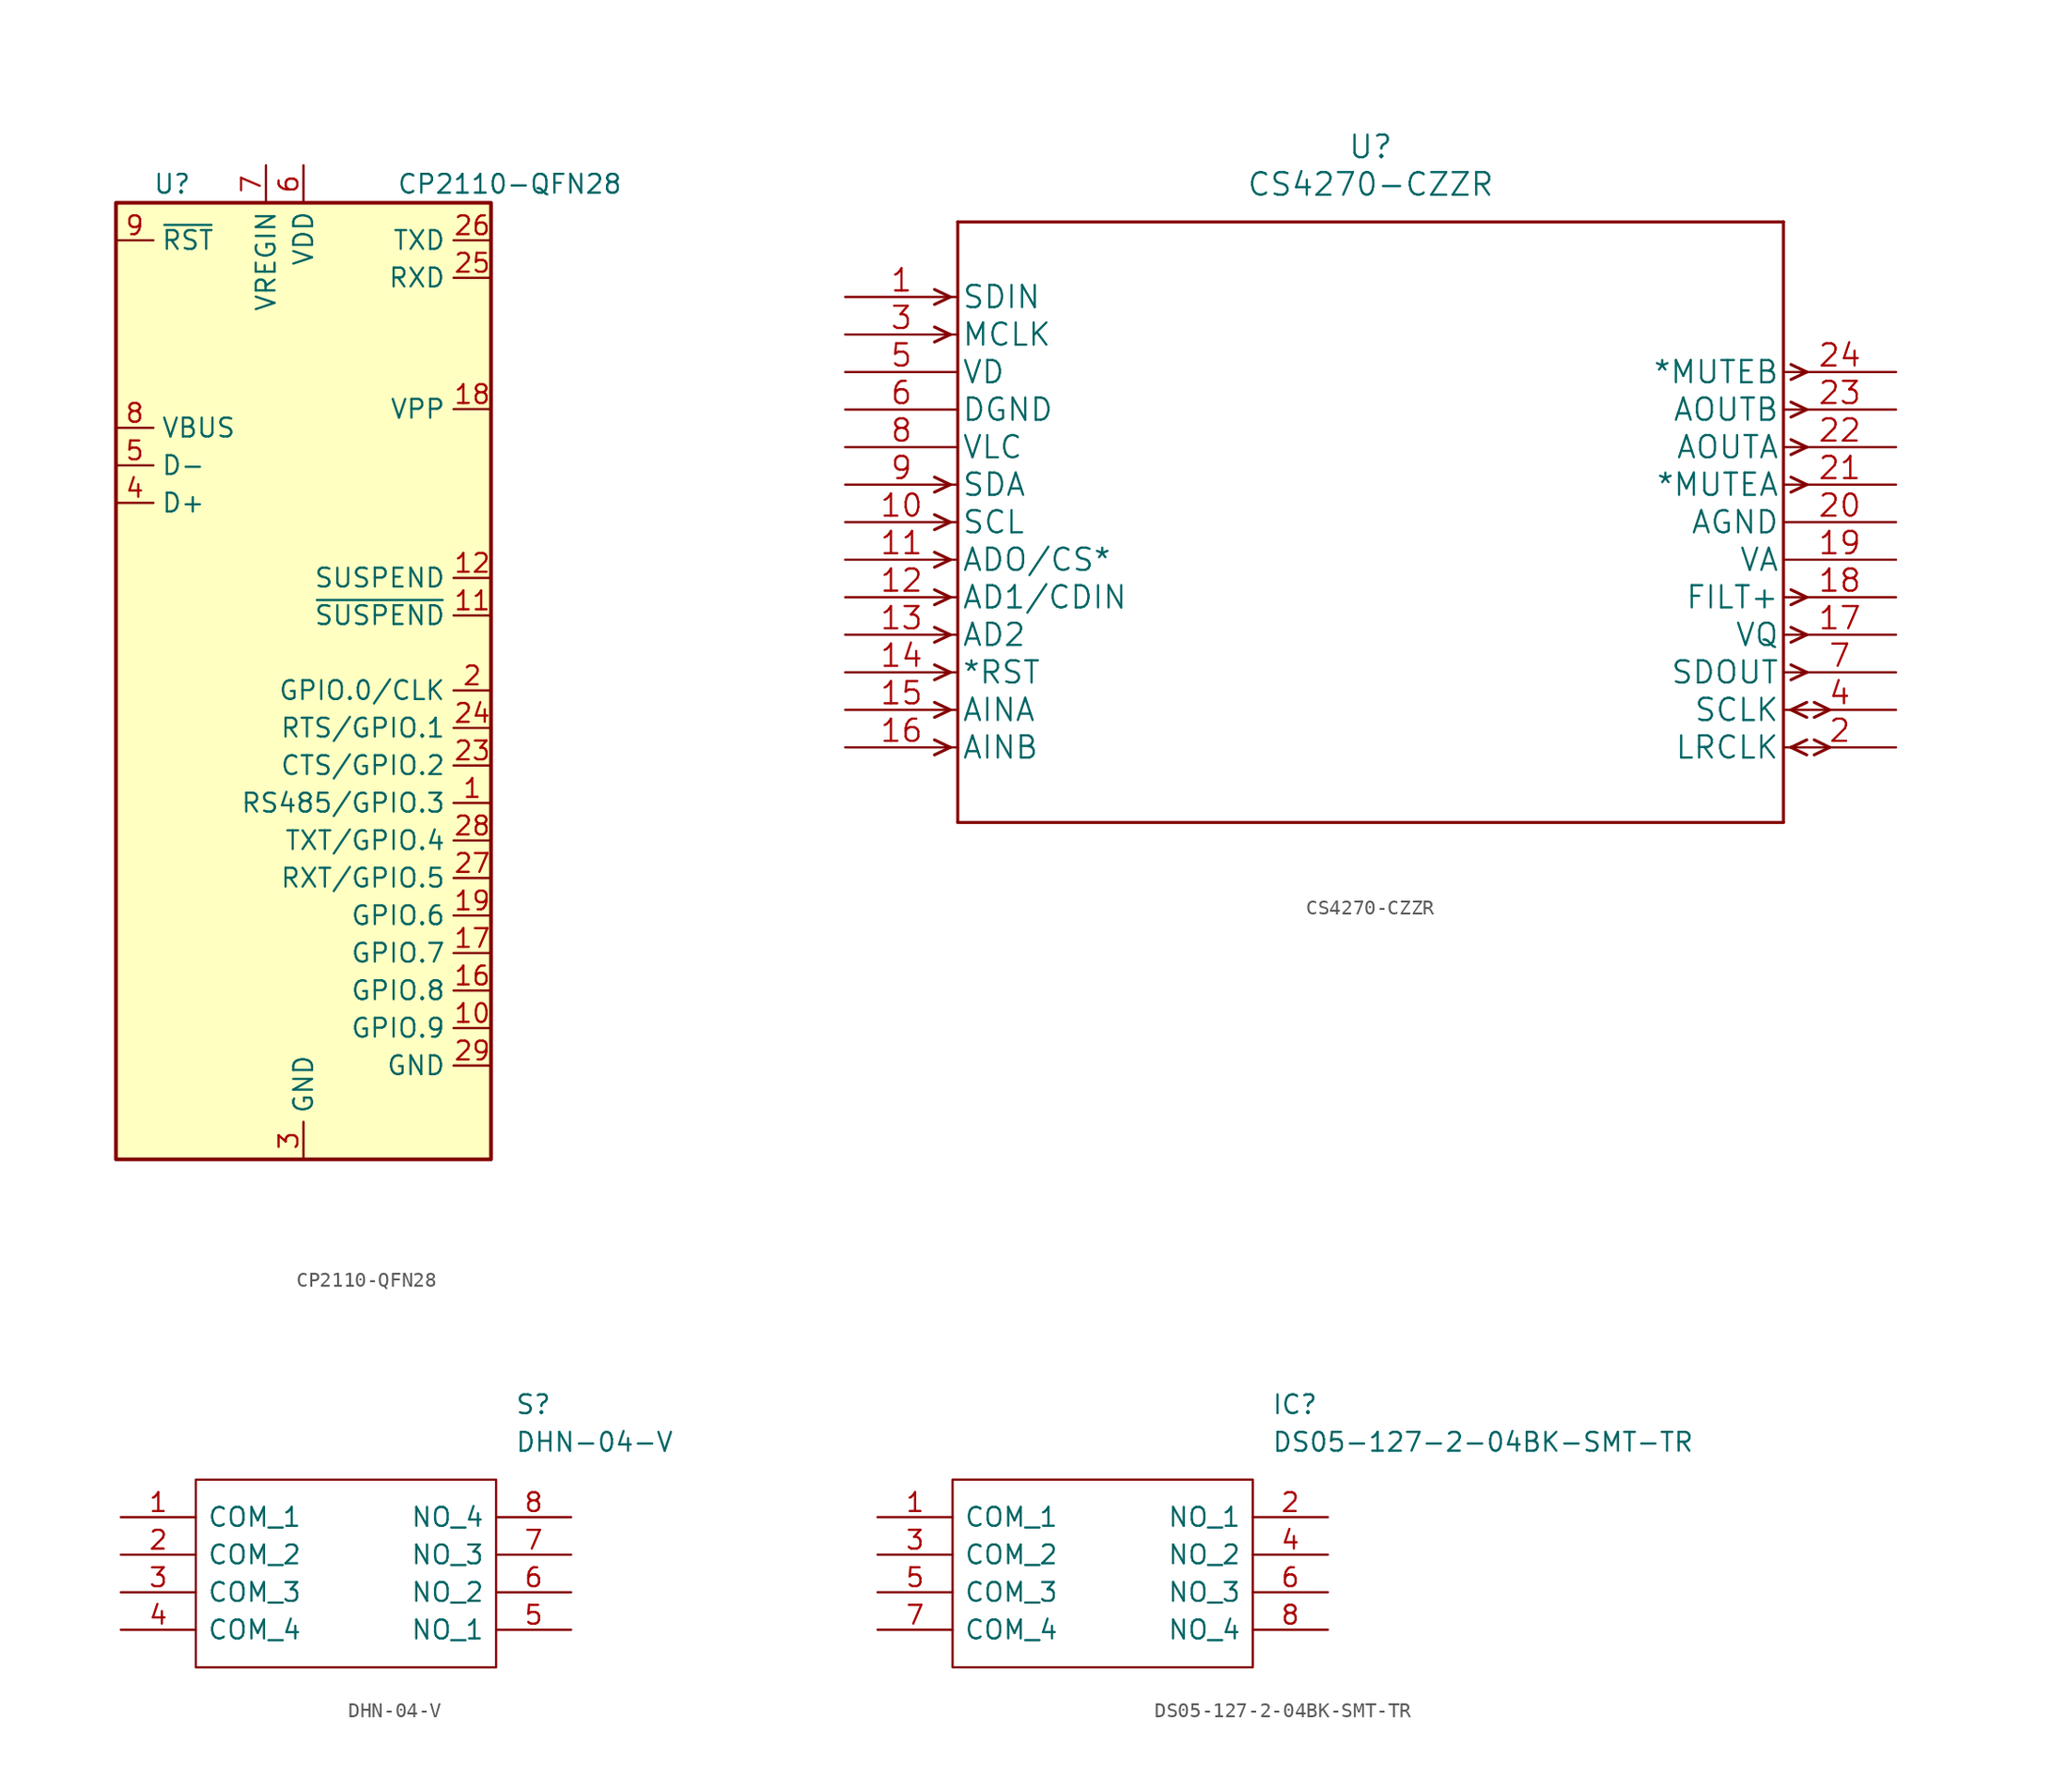
<source format=kicad_sym>
(kicad_symbol_lib
  (version 20211014)
  (generator kicad_symbol_editor)
  (symbol "CP2110-QFN28"
    (property "Reference" "U"
      (at -8.89 39.37 0)
      (effects (font (size 1.27 1.27))))
    (property "Value" "CP2110-QFN28"
      (at 13.97 39.37 0)
      (effects (font (size 1.27 1.27))))
    (symbol "CP2110-QFN28_0_1"
      (rectangle (start -12.7 38.1) (end 12.7 -26.67) (stroke (width 0.254) (type default) (color 0 0 0 0)) (fill (type background))))
    (symbol "CP2110-QFN28_1_1"
      (pin bidirectional line (at 12.7 -2.54 180) (length 2.54) (name "RS485/GPIO.3" (effects (font (size 1.27 1.27)))) (number "1" (effects (font (size 1.27 1.27)))))
      (pin bidirectional line (at 12.7 -17.78 180) (length 2.54) (name "GPIO.9" (effects (font (size 1.27 1.27)))) (number "10" (effects (font (size 1.27 1.27)))))
      (pin output line (at 12.7 10.16 180) (length 2.54) (name "~{SUSPEND}" (effects (font (size 1.27 1.27)))) (number "11" (effects (font (size 1.27 1.27)))))
      (pin output line (at 12.7 12.7 180) (length 2.54) (name "SUSPEND" (effects (font (size 1.27 1.27)))) (number "12" (effects (font (size 1.27 1.27)))))
      (pin no_connect line (at -12.7 -10.16 0) (length 2.54) hide (name "NC" (effects (font (size 1.27 1.27)))) (number "13" (effects (font (size 1.27 1.27)))))
      (pin no_connect line (at -12.7 -12.7 0) (length 2.54) hide (name "NC" (effects (font (size 1.27 1.27)))) (number "14" (effects (font (size 1.27 1.27)))))
      (pin no_connect line (at -12.7 -15.24 0) (length 2.54) hide (name "NC" (effects (font (size 1.27 1.27)))) (number "15" (effects (font (size 1.27 1.27)))))
      (pin bidirectional line (at 12.7 -15.24 180) (length 2.54) (name "GPIO.8" (effects (font (size 1.27 1.27)))) (number "16" (effects (font (size 1.27 1.27)))))
      (pin bidirectional line (at 12.7 -12.7 180) (length 2.54) (name "GPIO.7" (effects (font (size 1.27 1.27)))) (number "17" (effects (font (size 1.27 1.27)))))
      (pin passive line (at 12.7 24.13 180) (length 2.54) (name "VPP" (effects (font (size 1.27 1.27)))) (number "18" (effects (font (size 1.27 1.27)))))
      (pin bidirectional line (at 12.7 -10.16 180) (length 2.54) (name "GPIO.6" (effects (font (size 1.27 1.27)))) (number "19" (effects (font (size 1.27 1.27)))))
      (pin bidirectional line (at 12.7 5.08 180) (length 2.54) (name "GPIO.0/CLK" (effects (font (size 1.27 1.27)))) (number "2" (effects (font (size 1.27 1.27)))))
      (pin no_connect line (at -12.7 -17.78 0) (length 2.54) hide (name "NC" (effects (font (size 1.27 1.27)))) (number "20" (effects (font (size 1.27 1.27)))))
      (pin no_connect line (at -12.7 -20.32 0) (length 2.54) hide (name "NC" (effects (font (size 1.27 1.27)))) (number "21" (effects (font (size 1.27 1.27)))))
      (pin no_connect line (at -12.7 -22.86 0) (length 2.54) hide (name "NC" (effects (font (size 1.27 1.27)))) (number "22" (effects (font (size 1.27 1.27)))))
      (pin bidirectional line (at 12.7 0 180) (length 2.54) (name "CTS/GPIO.2" (effects (font (size 1.27 1.27)))) (number "23" (effects (font (size 1.27 1.27)))))
      (pin bidirectional line (at 12.7 2.54 180) (length 2.54) (name "RTS/GPIO.1" (effects (font (size 1.27 1.27)))) (number "24" (effects (font (size 1.27 1.27)))))
      (pin input line (at 12.7 33.02 180) (length 2.54) (name "RXD" (effects (font (size 1.27 1.27)))) (number "25" (effects (font (size 1.27 1.27)))))
      (pin output line (at 12.7 35.56 180) (length 2.54) (name "TXD" (effects (font (size 1.27 1.27)))) (number "26" (effects (font (size 1.27 1.27)))))
      (pin bidirectional line (at 12.7 -7.62 180) (length 2.54) (name "RXT/GPIO.5" (effects (font (size 1.27 1.27)))) (number "27" (effects (font (size 1.27 1.27)))))
      (pin bidirectional line (at 12.7 -5.08 180) (length 2.54) (name "TXT/GPIO.4" (effects (font (size 1.27 1.27)))) (number "28" (effects (font (size 1.27 1.27)))))
      (pin power_in line (at 12.7 -20.32 180) (length 2.54) (name "GND" (effects (font (size 1.27 1.27)))) (number "29" (effects (font (size 1.27 1.27)))))
      (pin power_in line (at 0 -26.67 90) (length 2.54) (name "GND" (effects (font (size 1.27 1.27)))) (number "3" (effects (font (size 1.27 1.27)))))
      (pin bidirectional line (at -12.7 17.78 0) (length 2.54) (name "D+" (effects (font (size 1.27 1.27)))) (number "4" (effects (font (size 1.27 1.27)))))
      (pin bidirectional line (at -12.7 20.32 0) (length 2.54) (name "D-" (effects (font (size 1.27 1.27)))) (number "5" (effects (font (size 1.27 1.27)))))
      (pin power_in line (at 0 40.64 270) (length 2.54) (name "VDD" (effects (font (size 1.27 1.27)))) (number "6" (effects (font (size 1.27 1.27)))))
      (pin power_in line (at -2.54 40.64 270) (length 2.54) (name "VREGIN" (effects (font (size 1.27 1.27)))) (number "7" (effects (font (size 1.27 1.27)))))
      (pin input line (at -12.7 22.86 0) (length 2.54) (name "VBUS" (effects (font (size 1.27 1.27)))) (number "8" (effects (font (size 1.27 1.27)))))
      (pin input line (at -12.7 35.56 0) (length 2.54) (name "~{RST}" (effects (font (size 1.27 1.27)))) (number "9" (effects (font (size 1.27 1.27)))))))
  (symbol "CS4270-CZZR"
    (pin_names
      (offset 0.254))
    (property "Reference" "U"
      (at 35.56 10.16 0)
      (effects (font (size 1.524 1.524))))
    (property "Value" "CS4270-CZZR"
      (at 35.56 7.62 0)
      (effects (font (size 1.524 1.524))))
    (property "Datasheet" ""
      (at 0 0 0)
      (effects (font (size 1.524 1.524))))
    (symbol "CS4270-CZZR_1_1"
      (polyline (pts (xy 7.112 -30.48) (xy 6.045 -30.988)) (stroke (width 0.203) (type default) (color 0 0 0 0)) (fill (type none)))
      (polyline (pts (xy 7.112 -30.48) (xy 6.045 -29.972)) (stroke (width 0.203) (type default) (color 0 0 0 0)) (fill (type none)))
      (polyline (pts (xy 7.112 -27.94) (xy 6.045 -28.448)) (stroke (width 0.203) (type default) (color 0 0 0 0)) (fill (type none)))
      (polyline (pts (xy 7.112 -27.94) (xy 6.045 -27.432)) (stroke (width 0.203) (type default) (color 0 0 0 0)) (fill (type none)))
      (polyline (pts (xy 7.112 -25.4) (xy 6.045 -25.908)) (stroke (width 0.203) (type default) (color 0 0 0 0)) (fill (type none)))
      (polyline (pts (xy 7.112 -25.4) (xy 6.045 -24.892)) (stroke (width 0.203) (type default) (color 0 0 0 0)) (fill (type none)))
      (polyline (pts (xy 7.112 -22.86) (xy 6.045 -23.368)) (stroke (width 0.203) (type default) (color 0 0 0 0)) (fill (type none)))
      (polyline (pts (xy 7.112 -22.86) (xy 6.045 -22.352)) (stroke (width 0.203) (type default) (color 0 0 0 0)) (fill (type none)))
      (polyline (pts (xy 7.112 -20.32) (xy 6.045 -20.828)) (stroke (width 0.203) (type default) (color 0 0 0 0)) (fill (type none)))
      (polyline (pts (xy 7.112 -20.32) (xy 6.045 -19.812)) (stroke (width 0.203) (type default) (color 0 0 0 0)) (fill (type none)))
      (polyline (pts (xy 7.112 -17.78) (xy 6.045 -18.288)) (stroke (width 0.203) (type default) (color 0 0 0 0)) (fill (type none)))
      (polyline (pts (xy 7.112 -17.78) (xy 6.045 -17.272)) (stroke (width 0.203) (type default) (color 0 0 0 0)) (fill (type none)))
      (polyline (pts (xy 7.112 -15.24) (xy 6.045 -15.748)) (stroke (width 0.203) (type default) (color 0 0 0 0)) (fill (type none)))
      (polyline (pts (xy 7.112 -15.24) (xy 6.045 -14.732)) (stroke (width 0.203) (type default) (color 0 0 0 0)) (fill (type none)))
      (polyline (pts (xy 7.112 -12.7) (xy 6.045 -13.208)) (stroke (width 0.203) (type default) (color 0 0 0 0)) (fill (type none)))
      (polyline (pts (xy 7.112 -12.7) (xy 6.045 -12.192)) (stroke (width 0.203) (type default) (color 0 0 0 0)) (fill (type none)))
      (polyline (pts (xy 7.112 -2.54) (xy 6.045 -3.048)) (stroke (width 0.203) (type default) (color 0 0 0 0)) (fill (type none)))
      (polyline (pts (xy 7.112 -2.54) (xy 6.045 -2.032)) (stroke (width 0.203) (type default) (color 0 0 0 0)) (fill (type none)))
      (polyline (pts (xy 7.112 0) (xy 6.045 -0.508)) (stroke (width 0.203) (type default) (color 0 0 0 0)) (fill (type none)))
      (polyline (pts (xy 7.112 0) (xy 6.045 0.508)) (stroke (width 0.203) (type default) (color 0 0 0 0)) (fill (type none)))
      (polyline (pts (xy 7.62 -35.56) (xy 63.5 -35.56)) (stroke (width 0.203) (type default) (color 0 0 0 0)) (fill (type none)))
      (polyline (pts (xy 7.62 5.08) (xy 7.62 -35.56)) (stroke (width 0.203) (type default) (color 0 0 0 0)) (fill (type none)))
      (polyline (pts (xy 63.5 -35.56) (xy 63.5 5.08)) (stroke (width 0.203) (type default) (color 0 0 0 0)) (fill (type none)))
      (polyline (pts (xy 63.5 5.08) (xy 7.62 5.08)) (stroke (width 0.203) (type default) (color 0 0 0 0)) (fill (type none)))
      (polyline (pts (xy 64.008 -30.48) (xy 65.075 -30.988)) (stroke (width 0.203) (type default) (color 0 0 0 0)) (fill (type none)))
      (polyline (pts (xy 64.008 -30.48) (xy 65.075 -29.972)) (stroke (width 0.203) (type default) (color 0 0 0 0)) (fill (type none)))
      (polyline (pts (xy 64.008 -27.94) (xy 65.075 -28.448)) (stroke (width 0.203) (type default) (color 0 0 0 0)) (fill (type none)))
      (polyline (pts (xy 64.008 -27.94) (xy 65.075 -27.432)) (stroke (width 0.203) (type default) (color 0 0 0 0)) (fill (type none)))
      (polyline (pts (xy 64.008 -25.908) (xy 65.075 -25.4)) (stroke (width 0.203) (type default) (color 0 0 0 0)) (fill (type none)))
      (polyline (pts (xy 64.008 -24.892) (xy 65.075 -25.4)) (stroke (width 0.203) (type default) (color 0 0 0 0)) (fill (type none)))
      (polyline (pts (xy 64.008 -23.368) (xy 65.075 -22.86)) (stroke (width 0.203) (type default) (color 0 0 0 0)) (fill (type none)))
      (polyline (pts (xy 64.008 -22.352) (xy 65.075 -22.86)) (stroke (width 0.203) (type default) (color 0 0 0 0)) (fill (type none)))
      (polyline (pts (xy 64.008 -20.828) (xy 65.075 -20.32)) (stroke (width 0.203) (type default) (color 0 0 0 0)) (fill (type none)))
      (polyline (pts (xy 64.008 -19.812) (xy 65.075 -20.32)) (stroke (width 0.203) (type default) (color 0 0 0 0)) (fill (type none)))
      (polyline (pts (xy 64.008 -13.208) (xy 65.075 -12.7)) (stroke (width 0.203) (type default) (color 0 0 0 0)) (fill (type none)))
      (polyline (pts (xy 64.008 -12.192) (xy 65.075 -12.7)) (stroke (width 0.203) (type default) (color 0 0 0 0)) (fill (type none)))
      (polyline (pts (xy 64.008 -10.668) (xy 65.075 -10.16)) (stroke (width 0.203) (type default) (color 0 0 0 0)) (fill (type none)))
      (polyline (pts (xy 64.008 -9.652) (xy 65.075 -10.16)) (stroke (width 0.203) (type default) (color 0 0 0 0)) (fill (type none)))
      (polyline (pts (xy 64.008 -8.128) (xy 65.075 -7.62)) (stroke (width 0.203) (type default) (color 0 0 0 0)) (fill (type none)))
      (polyline (pts (xy 64.008 -7.112) (xy 65.075 -7.62)) (stroke (width 0.203) (type default) (color 0 0 0 0)) (fill (type none)))
      (polyline (pts (xy 64.008 -5.588) (xy 65.075 -5.08)) (stroke (width 0.203) (type default) (color 0 0 0 0)) (fill (type none)))
      (polyline (pts (xy 64.008 -4.572) (xy 65.075 -5.08)) (stroke (width 0.203) (type default) (color 0 0 0 0)) (fill (type none)))
      (polyline (pts (xy 65.583 -30.988) (xy 66.624 -30.48)) (stroke (width 0.203) (type default) (color 0 0 0 0)) (fill (type none)))
      (polyline (pts (xy 65.583 -29.972) (xy 66.624 -30.48)) (stroke (width 0.203) (type default) (color 0 0 0 0)) (fill (type none)))
      (polyline (pts (xy 65.583 -28.448) (xy 66.624 -27.94)) (stroke (width 0.203) (type default) (color 0 0 0 0)) (fill (type none)))
      (polyline (pts (xy 65.583 -27.432) (xy 66.624 -27.94)) (stroke (width 0.203) (type default) (color 0 0 0 0)) (fill (type none)))
      (pin input line (at 0 0 0) (length 7.62) (name "SDIN" (effects (font (size 1.499 1.499)))) (number "1" (effects (font (size 1.499 1.499)))))
      (pin input line (at 0 -15.24 0) (length 7.62) (name "SCL" (effects (font (size 1.499 1.499)))) (number "10" (effects (font (size 1.499 1.499)))))
      (pin input line (at 0 -17.78 0) (length 7.62) (name "ADO/CS*" (effects (font (size 1.499 1.499)))) (number "11" (effects (font (size 1.499 1.499)))))
      (pin input line (at 0 -20.32 0) (length 7.62) (name "AD1/CDIN" (effects (font (size 1.499 1.499)))) (number "12" (effects (font (size 1.499 1.499)))))
      (pin input line (at 0 -22.86 0) (length 7.62) (name "AD2" (effects (font (size 1.499 1.499)))) (number "13" (effects (font (size 1.499 1.499)))))
      (pin input line (at 0 -25.4 0) (length 7.62) (name "*RST" (effects (font (size 1.499 1.499)))) (number "14" (effects (font (size 1.499 1.499)))))
      (pin input line (at 0 -27.94 0) (length 7.62) (name "AINA" (effects (font (size 1.499 1.499)))) (number "15" (effects (font (size 1.499 1.499)))))
      (pin input line (at 0 -30.48 0) (length 7.62) (name "AINB" (effects (font (size 1.499 1.499)))) (number "16" (effects (font (size 1.499 1.499)))))
      (pin output line (at 71.12 -22.86 180) (length 7.62) (name "VQ" (effects (font (size 1.499 1.499)))) (number "17" (effects (font (size 1.499 1.499)))))
      (pin output line (at 71.12 -20.32 180) (length 7.62) (name "FILT+" (effects (font (size 1.499 1.499)))) (number "18" (effects (font (size 1.499 1.499)))))
      (pin power_in line (at 71.12 -17.78 180) (length 7.62) (name "VA" (effects (font (size 1.499 1.499)))) (number "19" (effects (font (size 1.499 1.499)))))
      (pin bidirectional line (at 71.12 -30.48 180) (length 7.62) (name "LRCLK" (effects (font (size 1.499 1.499)))) (number "2" (effects (font (size 1.499 1.499)))))
      (pin power_in line (at 71.12 -15.24 180) (length 7.62) (name "AGND" (effects (font (size 1.499 1.499)))) (number "20" (effects (font (size 1.499 1.499)))))
      (pin output line (at 71.12 -12.7 180) (length 7.62) (name "*MUTEA" (effects (font (size 1.499 1.499)))) (number "21" (effects (font (size 1.499 1.499)))))
      (pin output line (at 71.12 -10.16 180) (length 7.62) (name "AOUTA" (effects (font (size 1.499 1.499)))) (number "22" (effects (font (size 1.499 1.499)))))
      (pin output line (at 71.12 -7.62 180) (length 7.62) (name "AOUTB" (effects (font (size 1.499 1.499)))) (number "23" (effects (font (size 1.499 1.499)))))
      (pin output line (at 71.12 -5.08 180) (length 7.62) (name "*MUTEB" (effects (font (size 1.499 1.499)))) (number "24" (effects (font (size 1.499 1.499)))))
      (pin input line (at 0 -2.54 0) (length 7.62) (name "MCLK" (effects (font (size 1.499 1.499)))) (number "3" (effects (font (size 1.499 1.499)))))
      (pin bidirectional line (at 71.12 -27.94 180) (length 7.62) (name "SCLK" (effects (font (size 1.499 1.499)))) (number "4" (effects (font (size 1.499 1.499)))))
      (pin power_in line (at 0 -5.08 0) (length 7.62) (name "VD" (effects (font (size 1.499 1.499)))) (number "5" (effects (font (size 1.499 1.499)))))
      (pin power_in line (at 0 -7.62 0) (length 7.62) (name "DGND" (effects (font (size 1.499 1.499)))) (number "6" (effects (font (size 1.499 1.499)))))
      (pin output line (at 71.12 -25.4 180) (length 7.62) (name "SDOUT" (effects (font (size 1.499 1.499)))) (number "7" (effects (font (size 1.499 1.499)))))
      (pin power_in line (at 0 -10.16 0) (length 7.62) (name "VLC" (effects (font (size 1.499 1.499)))) (number "8" (effects (font (size 1.499 1.499)))))
      (pin input line (at 0 -12.7 0) (length 7.62) (name "SDA" (effects (font (size 1.499 1.499)))) (number "9" (effects (font (size 1.499 1.499)))))))
  (symbol "DHN-04-V"
    (pin_names
      (offset 0.762))
    (property "Reference" "S"
      (at 26.67 7.62 0)
      (effects (font (size 1.27 1.27)) (justify left)))
    (property "Value" "DHN-04-V"
      (at 26.67 5.08 0)
      (effects (font (size 1.27 1.27)) (justify left)))
    (symbol "DHN-04-V_0_0"
      (pin passive line (at 0 0 0) (length 5.08) (name "COM_1" (effects (font (size 1.27 1.27)))) (number "1" (effects (font (size 1.27 1.27)))))
      (pin passive line (at 0 -2.54 0) (length 5.08) (name "COM_2" (effects (font (size 1.27 1.27)))) (number "2" (effects (font (size 1.27 1.27)))))
      (pin passive line (at 0 -5.08 0) (length 5.08) (name "COM_3" (effects (font (size 1.27 1.27)))) (number "3" (effects (font (size 1.27 1.27)))))
      (pin passive line (at 0 -7.62 0) (length 5.08) (name "COM_4" (effects (font (size 1.27 1.27)))) (number "4" (effects (font (size 1.27 1.27)))))
      (pin passive line (at 30.48 -7.62 180) (length 5.08) (name "NO_1" (effects (font (size 1.27 1.27)))) (number "5" (effects (font (size 1.27 1.27)))))
      (pin passive line (at 30.48 -5.08 180) (length 5.08) (name "NO_2" (effects (font (size 1.27 1.27)))) (number "6" (effects (font (size 1.27 1.27)))))
      (pin passive line (at 30.48 -2.54 180) (length 5.08) (name "NO_3" (effects (font (size 1.27 1.27)))) (number "7" (effects (font (size 1.27 1.27)))))
      (pin passive line (at 30.48 0 180) (length 5.08) (name "NO_4" (effects (font (size 1.27 1.27)))) (number "8" (effects (font (size 1.27 1.27))))))
    (symbol "DHN-04-V_0_1"
      (polyline (pts (xy 5.08 2.54) (xy 25.4 2.54) (xy 25.4 -10.16) (xy 5.08 -10.16) (xy 5.08 2.54)) (stroke (width 0.152) (type default) (color 0 0 0 0)) (fill (type none)))))
  (symbol "DS05-127-2-04BK-SMT-TR"
    (pin_names
      (offset 0.762))
    (property "Reference" "IC"
      (at 26.67 7.62 0)
      (effects (font (size 1.27 1.27)) (justify left)))
    (property "Value" "DS05-127-2-04BK-SMT-TR"
      (at 26.67 5.08 0)
      (effects (font (size 1.27 1.27)) (justify left)))
    (symbol "DS05-127-2-04BK-SMT-TR_0_0"
      (pin passive line (at 0 0 0) (length 5.08) (name "COM_1" (effects (font (size 1.27 1.27)))) (number "1" (effects (font (size 1.27 1.27)))))
      (pin passive line (at 30.48 0 180) (length 5.08) (name "NO_1" (effects (font (size 1.27 1.27)))) (number "2" (effects (font (size 1.27 1.27)))))
      (pin passive line (at 0 -2.54 0) (length 5.08) (name "COM_2" (effects (font (size 1.27 1.27)))) (number "3" (effects (font (size 1.27 1.27)))))
      (pin passive line (at 30.48 -2.54 180) (length 5.08) (name "NO_2" (effects (font (size 1.27 1.27)))) (number "4" (effects (font (size 1.27 1.27)))))
      (pin passive line (at 0 -5.08 0) (length 5.08) (name "COM_3" (effects (font (size 1.27 1.27)))) (number "5" (effects (font (size 1.27 1.27)))))
      (pin passive line (at 30.48 -5.08 180) (length 5.08) (name "NO_3" (effects (font (size 1.27 1.27)))) (number "6" (effects (font (size 1.27 1.27)))))
      (pin passive line (at 0 -7.62 0) (length 5.08) (name "COM_4" (effects (font (size 1.27 1.27)))) (number "7" (effects (font (size 1.27 1.27)))))
      (pin passive line (at 30.48 -7.62 180) (length 5.08) (name "NO_4" (effects (font (size 1.27 1.27)))) (number "8" (effects (font (size 1.27 1.27))))))
    (symbol "DS05-127-2-04BK-SMT-TR_0_1"
      (polyline (pts (xy 5.08 2.54) (xy 25.4 2.54) (xy 25.4 -10.16) (xy 5.08 -10.16) (xy 5.08 2.54)) (stroke (width 0.152) (type default) (color 0 0 0 0)) (fill (type none))))))
</source>
